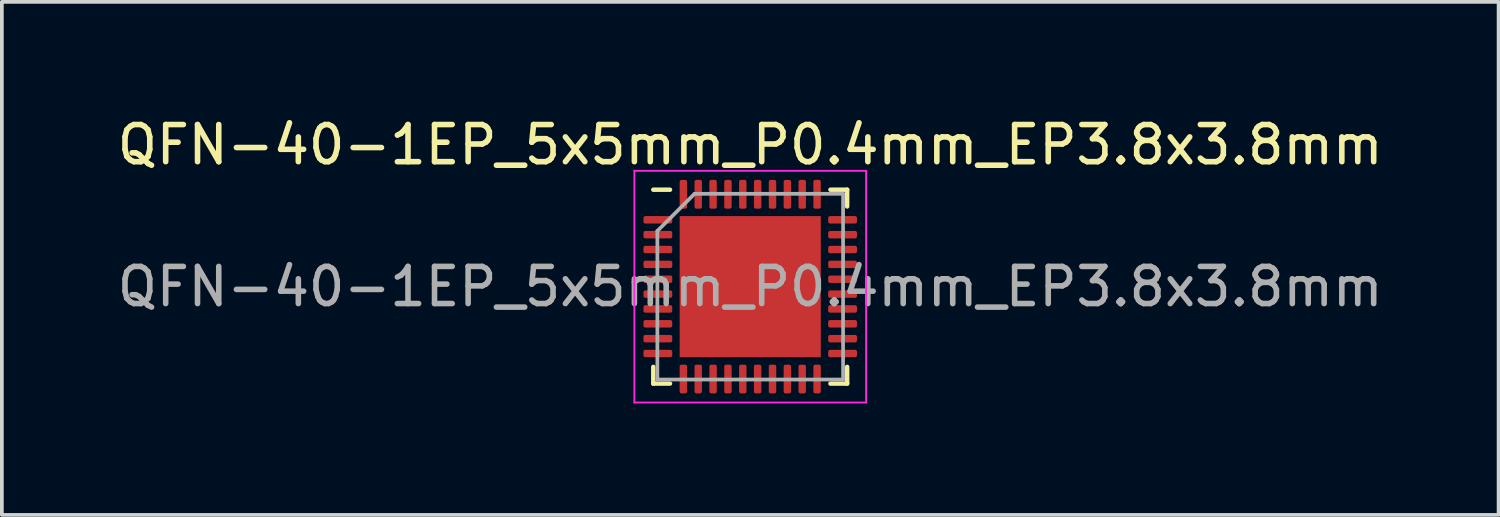
<source format=kicad_pcb>
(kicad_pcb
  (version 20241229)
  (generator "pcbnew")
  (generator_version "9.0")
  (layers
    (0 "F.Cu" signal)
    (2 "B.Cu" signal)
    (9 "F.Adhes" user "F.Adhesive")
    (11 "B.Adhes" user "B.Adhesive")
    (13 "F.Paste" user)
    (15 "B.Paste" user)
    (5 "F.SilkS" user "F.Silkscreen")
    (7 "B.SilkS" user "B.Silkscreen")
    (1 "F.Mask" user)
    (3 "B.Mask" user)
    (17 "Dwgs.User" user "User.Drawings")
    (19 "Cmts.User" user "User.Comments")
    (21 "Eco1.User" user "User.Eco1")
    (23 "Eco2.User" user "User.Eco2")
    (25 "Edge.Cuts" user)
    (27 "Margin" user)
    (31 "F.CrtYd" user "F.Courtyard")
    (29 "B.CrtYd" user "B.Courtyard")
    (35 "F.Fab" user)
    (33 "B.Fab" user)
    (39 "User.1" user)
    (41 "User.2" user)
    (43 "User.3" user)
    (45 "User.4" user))
  (footprint "QFN-40-1EP_5x5mm_P0.4mm_EP3.8x3.8mm"
    (layer "F.Cu")
    (at 17.149 4.668)
    (property "Reference" "QFN-40-1EP_5x5mm_P0.4mm_EP3.8x3.8mm" (at 0 -3.82 0) (layer "F.SilkS") (effects (font (size 1 1) (thickness 0.15))))
    (attr smd)
    (fp_line (start -2.61 2.61) (end -2.61 2.16) (stroke (width 0.12) (type solid)) (layer "F.SilkS"))
    (fp_line (start -2.16 -2.61) (end -2.61 -2.61) (stroke (width 0.12) (type solid)) (layer "F.SilkS"))
    (fp_line (start -2.16 2.61) (end -2.61 2.61) (stroke (width 0.12) (type solid)) (layer "F.SilkS"))
    (fp_line (start 2.16 -2.61) (end 2.61 -2.61) (stroke (width 0.12) (type solid)) (layer "F.SilkS"))
    (fp_line (start 2.16 2.61) (end 2.61 2.61) (stroke (width 0.12) (type solid)) (layer "F.SilkS"))
    (fp_line (start 2.61 -2.61) (end 2.61 -2.16) (stroke (width 0.12) (type solid)) (layer "F.SilkS"))
    (fp_line (start 2.61 2.61) (end 2.61 2.16) (stroke (width 0.12) (type solid)) (layer "F.SilkS"))
    (fp_line (start -3.12 -3.12) (end -3.12 3.12) (stroke (width 0.05) (type solid)) (layer "F.CrtYd"))
    (fp_line (start -3.12 3.12) (end 3.12 3.12) (stroke (width 0.05) (type solid)) (layer "F.CrtYd"))
    (fp_line (start 3.12 -3.12) (end -3.12 -3.12) (stroke (width 0.05) (type solid)) (layer "F.CrtYd"))
    (fp_line (start 3.12 3.12) (end 3.12 -3.12) (stroke (width 0.05) (type solid)) (layer "F.CrtYd"))
    (fp_line (start -2.5 -1.5) (end -1.5 -2.5) (stroke (width 0.1) (type solid)) (layer "F.Fab"))
    (fp_line (start -2.5 2.5) (end -2.5 -1.5) (stroke (width 0.1) (type solid)) (layer "F.Fab"))
    (fp_line (start -1.5 -2.5) (end 2.5 -2.5) (stroke (width 0.1) (type solid)) (layer "F.Fab"))
    (fp_line (start 2.5 -2.5) (end 2.5 2.5) (stroke (width 0.1) (type solid)) (layer "F.Fab"))
    (fp_line (start 2.5 2.5) (end -2.5 2.5) (stroke (width 0.1) (type solid)) (layer "F.Fab"))
    (fp_text user "${REFERENCE}" (at 0 0 0) (layer "F.Fab") (effects (font (size 1 1) (thickness 0.15))))
    (pad "" smd roundrect (at -1.27 -1.27) (size 1.02 1.02) (layers "F.Paste") (roundrect_rratio 0.245))
    (pad "" smd roundrect (at -1.27 0) (size 1.02 1.02) (layers "F.Paste") (roundrect_rratio 0.245))
    (pad "" smd roundrect (at -1.27 1.27) (size 1.02 1.02) (layers "F.Paste") (roundrect_rratio 0.245))
    (pad "" smd roundrect (at 0 -1.27) (size 1.02 1.02) (layers "F.Paste") (roundrect_rratio 0.245))
    (pad "" smd roundrect (at 0 0) (size 1.02 1.02) (layers "F.Paste") (roundrect_rratio 0.245))
    (pad "" smd roundrect (at 0 1.27) (size 1.02 1.02) (layers "F.Paste") (roundrect_rratio 0.245))
    (pad "" smd roundrect (at 1.27 -1.27) (size 1.02 1.02) (layers "F.Paste") (roundrect_rratio 0.245))
    (pad "" smd roundrect (at 1.27 0) (size 1.02 1.02) (layers "F.Paste") (roundrect_rratio 0.245))
    (pad "" smd roundrect (at 1.27 1.27) (size 1.02 1.02) (layers "F.Paste") (roundrect_rratio 0.245))
    (pad "1" smd roundrect (at -2.487 -1.8) (size 0.775 0.2) (layers "F.Cu" "F.Mask" "F.Paste") (roundrect_rratio 0.25))
    (pad "2" smd roundrect (at -2.487 -1.4) (size 0.775 0.2) (layers "F.Cu" "F.Mask" "F.Paste") (roundrect_rratio 0.25))
    (pad "3" smd roundrect (at -2.487 -1) (size 0.775 0.2) (layers "F.Cu" "F.Mask" "F.Paste") (roundrect_rratio 0.25))
    (pad "4" smd roundrect (at -2.487 -0.6) (size 0.775 0.2) (layers "F.Cu" "F.Mask" "F.Paste") (roundrect_rratio 0.25))
    (pad "5" smd roundrect (at -2.487 -0.2) (size 0.775 0.2) (layers "F.Cu" "F.Mask" "F.Paste") (roundrect_rratio 0.25))
    (pad "6" smd roundrect (at -2.487 0.2) (size 0.775 0.2) (layers "F.Cu" "F.Mask" "F.Paste") (roundrect_rratio 0.25))
    (pad "7" smd roundrect (at -2.487 0.6) (size 0.775 0.2) (layers "F.Cu" "F.Mask" "F.Paste") (roundrect_rratio 0.25))
    (pad "8" smd roundrect (at -2.487 1) (size 0.775 0.2) (layers "F.Cu" "F.Mask" "F.Paste") (roundrect_rratio 0.25))
    (pad "9" smd roundrect (at -2.487 1.4) (size 0.775 0.2) (layers "F.Cu" "F.Mask" "F.Paste") (roundrect_rratio 0.25))
    (pad "10" smd roundrect (at -2.487 1.8) (size 0.775 0.2) (layers "F.Cu" "F.Mask" "F.Paste") (roundrect_rratio 0.25))
    (pad "11" smd roundrect (at -1.8 2.487) (size 0.2 0.775) (layers "F.Cu" "F.Mask" "F.Paste") (roundrect_rratio 0.25))
    (pad "12" smd roundrect (at -1.4 2.487) (size 0.2 0.775) (layers "F.Cu" "F.Mask" "F.Paste") (roundrect_rratio 0.25))
    (pad "13" smd roundrect (at -1 2.487) (size 0.2 0.775) (layers "F.Cu" "F.Mask" "F.Paste") (roundrect_rratio 0.25))
    (pad "14" smd roundrect (at -0.6 2.487) (size 0.2 0.775) (layers "F.Cu" "F.Mask" "F.Paste") (roundrect_rratio 0.25))
    (pad "15" smd roundrect (at -0.2 2.487) (size 0.2 0.775) (layers "F.Cu" "F.Mask" "F.Paste") (roundrect_rratio 0.25))
    (pad "16" smd roundrect (at 0.2 2.487) (size 0.2 0.775) (layers "F.Cu" "F.Mask" "F.Paste") (roundrect_rratio 0.25))
    (pad "17" smd roundrect (at 0.6 2.487) (size 0.2 0.775) (layers "F.Cu" "F.Mask" "F.Paste") (roundrect_rratio 0.25))
    (pad "18" smd roundrect (at 1 2.487) (size 0.2 0.775) (layers "F.Cu" "F.Mask" "F.Paste") (roundrect_rratio 0.25))
    (pad "19" smd roundrect (at 1.4 2.487) (size 0.2 0.775) (layers "F.Cu" "F.Mask" "F.Paste") (roundrect_rratio 0.25))
    (pad "20" smd roundrect (at 1.8 2.487) (size 0.2 0.775) (layers "F.Cu" "F.Mask" "F.Paste") (roundrect_rratio 0.25))
    (pad "21" smd roundrect (at 2.487 1.8) (size 0.775 0.2) (layers "F.Cu" "F.Mask" "F.Paste") (roundrect_rratio 0.25))
    (pad "22" smd roundrect (at 2.487 1.4) (size 0.775 0.2) (layers "F.Cu" "F.Mask" "F.Paste") (roundrect_rratio 0.25))
    (pad "23" smd roundrect (at 2.487 1) (size 0.775 0.2) (layers "F.Cu" "F.Mask" "F.Paste") (roundrect_rratio 0.25))
    (pad "24" smd roundrect (at 2.487 0.6) (size 0.775 0.2) (layers "F.Cu" "F.Mask" "F.Paste") (roundrect_rratio 0.25))
    (pad "25" smd roundrect (at 2.487 0.2) (size 0.775 0.2) (layers "F.Cu" "F.Mask" "F.Paste") (roundrect_rratio 0.25))
    (pad "26" smd roundrect (at 2.487 -0.2) (size 0.775 0.2) (layers "F.Cu" "F.Mask" "F.Paste") (roundrect_rratio 0.25))
    (pad "27" smd roundrect (at 2.487 -0.6) (size 0.775 0.2) (layers "F.Cu" "F.Mask" "F.Paste") (roundrect_rratio 0.25))
    (pad "28" smd roundrect (at 2.487 -1) (size 0.775 0.2) (layers "F.Cu" "F.Mask" "F.Paste") (roundrect_rratio 0.25))
    (pad "29" smd roundrect (at 2.487 -1.4) (size 0.775 0.2) (layers "F.Cu" "F.Mask" "F.Paste") (roundrect_rratio 0.25))
    (pad "30" smd roundrect (at 2.487 -1.8) (size 0.775 0.2) (layers "F.Cu" "F.Mask" "F.Paste") (roundrect_rratio 0.25))
    (pad "31" smd roundrect (at 1.8 -2.487) (size 0.2 0.775) (layers "F.Cu" "F.Mask" "F.Paste") (roundrect_rratio 0.25))
    (pad "32" smd roundrect (at 1.4 -2.487) (size 0.2 0.775) (layers "F.Cu" "F.Mask" "F.Paste") (roundrect_rratio 0.25))
    (pad "33" smd roundrect (at 1 -2.487) (size 0.2 0.775) (layers "F.Cu" "F.Mask" "F.Paste") (roundrect_rratio 0.25))
    (pad "34" smd roundrect (at 0.6 -2.487) (size 0.2 0.775) (layers "F.Cu" "F.Mask" "F.Paste") (roundrect_rratio 0.25))
    (pad "35" smd roundrect (at 0.2 -2.487) (size 0.2 0.775) (layers "F.Cu" "F.Mask" "F.Paste") (roundrect_rratio 0.25))
    (pad "36" smd roundrect (at -0.2 -2.487) (size 0.2 0.775) (layers "F.Cu" "F.Mask" "F.Paste") (roundrect_rratio 0.25))
    (pad "37" smd roundrect (at -0.6 -2.487) (size 0.2 0.775) (layers "F.Cu" "F.Mask" "F.Paste") (roundrect_rratio 0.25))
    (pad "38" smd roundrect (at -1 -2.487) (size 0.2 0.775) (layers "F.Cu" "F.Mask" "F.Paste") (roundrect_rratio 0.25))
    (pad "39" smd roundrect (at -1.4 -2.487) (size 0.2 0.775) (layers "F.Cu" "F.Mask" "F.Paste") (roundrect_rratio 0.25))
    (pad "40" smd roundrect (at -1.8 -2.487) (size 0.2 0.775) (layers "F.Cu" "F.Mask" "F.Paste") (roundrect_rratio 0.25))
    (pad "41" smd rect (at 0 0) (size 3.8 3.8) (layers "F.Cu" "F.Mask")))
  (gr_rect
    (start -3 -3)
    (end 37.298 10.813)
    (stroke (width 0.1) (type default))
    (fill no)
    (layer "Edge.Cuts")))
</source>
